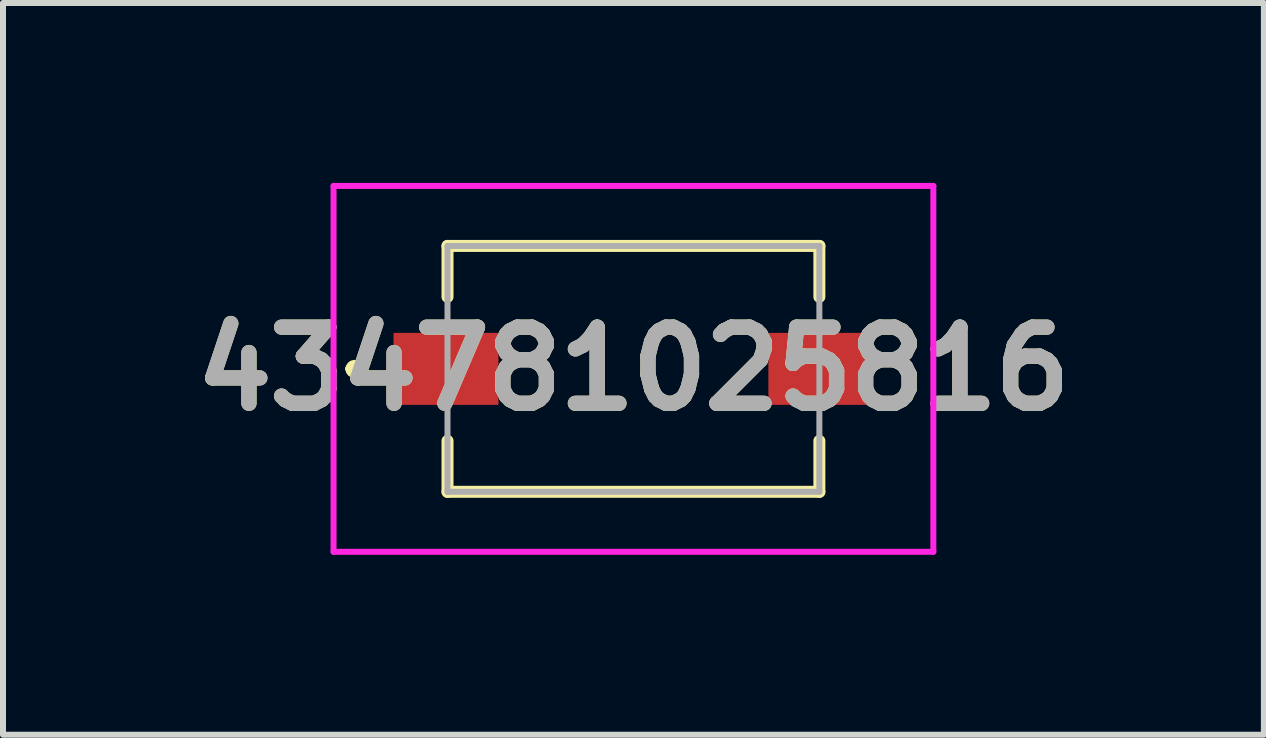
<source format=kicad_pcb>
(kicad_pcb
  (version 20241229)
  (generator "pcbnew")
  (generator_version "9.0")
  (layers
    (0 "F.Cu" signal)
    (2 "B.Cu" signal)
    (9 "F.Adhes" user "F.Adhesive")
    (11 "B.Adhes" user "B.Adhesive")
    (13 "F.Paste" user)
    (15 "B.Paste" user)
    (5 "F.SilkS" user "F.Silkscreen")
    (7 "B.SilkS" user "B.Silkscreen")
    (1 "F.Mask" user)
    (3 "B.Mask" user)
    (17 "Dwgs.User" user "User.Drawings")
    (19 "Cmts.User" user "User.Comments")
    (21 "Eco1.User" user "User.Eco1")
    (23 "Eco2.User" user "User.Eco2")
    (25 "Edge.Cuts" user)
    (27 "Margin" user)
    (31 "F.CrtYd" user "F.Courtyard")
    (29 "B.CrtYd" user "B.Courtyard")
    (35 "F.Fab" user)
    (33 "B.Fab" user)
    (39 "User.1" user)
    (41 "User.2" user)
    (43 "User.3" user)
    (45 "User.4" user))
  (footprint "434781025816"
    (layer "F.Cu")
    (at 7.511 3.1)
    (property "Reference" "434781025816" (at 0 0 0) (layer "F.SilkS") (effects (font (size 1.27 1.27) (thickness 0.254))))
    (attr smd)
    (fp_line (start -4.7 0) (end -4.7 0) (stroke (width 0.2) (type solid)) (layer "F.SilkS"))
    (fp_line (start -4.7 0) (end -4.7 0) (stroke (width 0.2) (type solid)) (layer "F.SilkS"))
    (fp_line (start -4.6 0) (end -4.6 0) (stroke (width 0.2) (type solid)) (layer "F.SilkS"))
    (fp_line (start -3.1 -2.05) (end 3.1 -2.05) (stroke (width 0.2) (type solid)) (layer "F.SilkS"))
    (fp_line (start -3.1 -1.2) (end -3.1 -2.05) (stroke (width 0.2) (type solid)) (layer "F.SilkS"))
    (fp_line (start -3.1 1.2) (end -3.1 2.05) (stroke (width 0.2) (type solid)) (layer "F.SilkS"))
    (fp_line (start -3.1 2.05) (end 3.1 2.05) (stroke (width 0.2) (type solid)) (layer "F.SilkS"))
    (fp_line (start 3.1 -2.05) (end 3.1 -1.2) (stroke (width 0.2) (type solid)) (layer "F.SilkS"))
    (fp_line (start 3.1 2.05) (end 3.1 1.2) (stroke (width 0.2) (type solid)) (layer "F.SilkS"))
    (fp_arc (start -4.7 0) (mid -4.65 -0.05) (end -4.6 0) (stroke (width 0.2) (type solid)) (layer "F.SilkS"))
    (fp_arc (start -4.6 0) (mid -4.65 0.05) (end -4.7 0) (stroke (width 0.2) (type solid)) (layer "F.SilkS"))
    (fp_arc (start -4.6 0) (mid -4.65 0.05) (end -4.7 0) (stroke (width 0.2) (type solid)) (layer "F.SilkS"))
    (fp_line (start -5 -3.05) (end 5 -3.05) (stroke (width 0.1) (type solid)) (layer "F.CrtYd"))
    (fp_line (start -5 3.05) (end -5 -3.05) (stroke (width 0.1) (type solid)) (layer "F.CrtYd"))
    (fp_line (start 5 -3.05) (end 5 3.05) (stroke (width 0.1) (type solid)) (layer "F.CrtYd"))
    (fp_line (start 5 3.05) (end -5 3.05) (stroke (width 0.1) (type solid)) (layer "F.CrtYd"))
    (fp_line (start -3.1 -2.05) (end -3.1 2.05) (stroke (width 0.1) (type solid)) (layer "F.Fab"))
    (fp_line (start -3.1 2.05) (end 3.1 2.05) (stroke (width 0.1) (type solid)) (layer "F.Fab"))
    (fp_line (start 3.1 -2.05) (end -3.1 -2.05) (stroke (width 0.1) (type solid)) (layer "F.Fab"))
    (fp_line (start 3.1 2.05) (end 3.1 -2.05) (stroke (width 0.1) (type solid)) (layer "F.Fab"))
    (fp_text user "${REFERENCE}" (at 0 0 0) (layer "F.Fab") (effects (font (size 1.27 1.27) (thickness 0.254))))
    (pad "1" smd rect (at -3.125 0 90) (size 1.2 1.75) (layers "F.Cu" "F.Mask" "F.Paste"))
    (pad "2" smd rect (at 3.125 0 90) (size 1.2 1.75) (layers "F.Cu" "F.Mask" "F.Paste")))
  (gr_rect
    (start -3 -3)
    (end 18.022 9.2)
    (stroke (width 0.1) (type default))
    (fill no)
    (layer "Edge.Cuts")))
</source>
